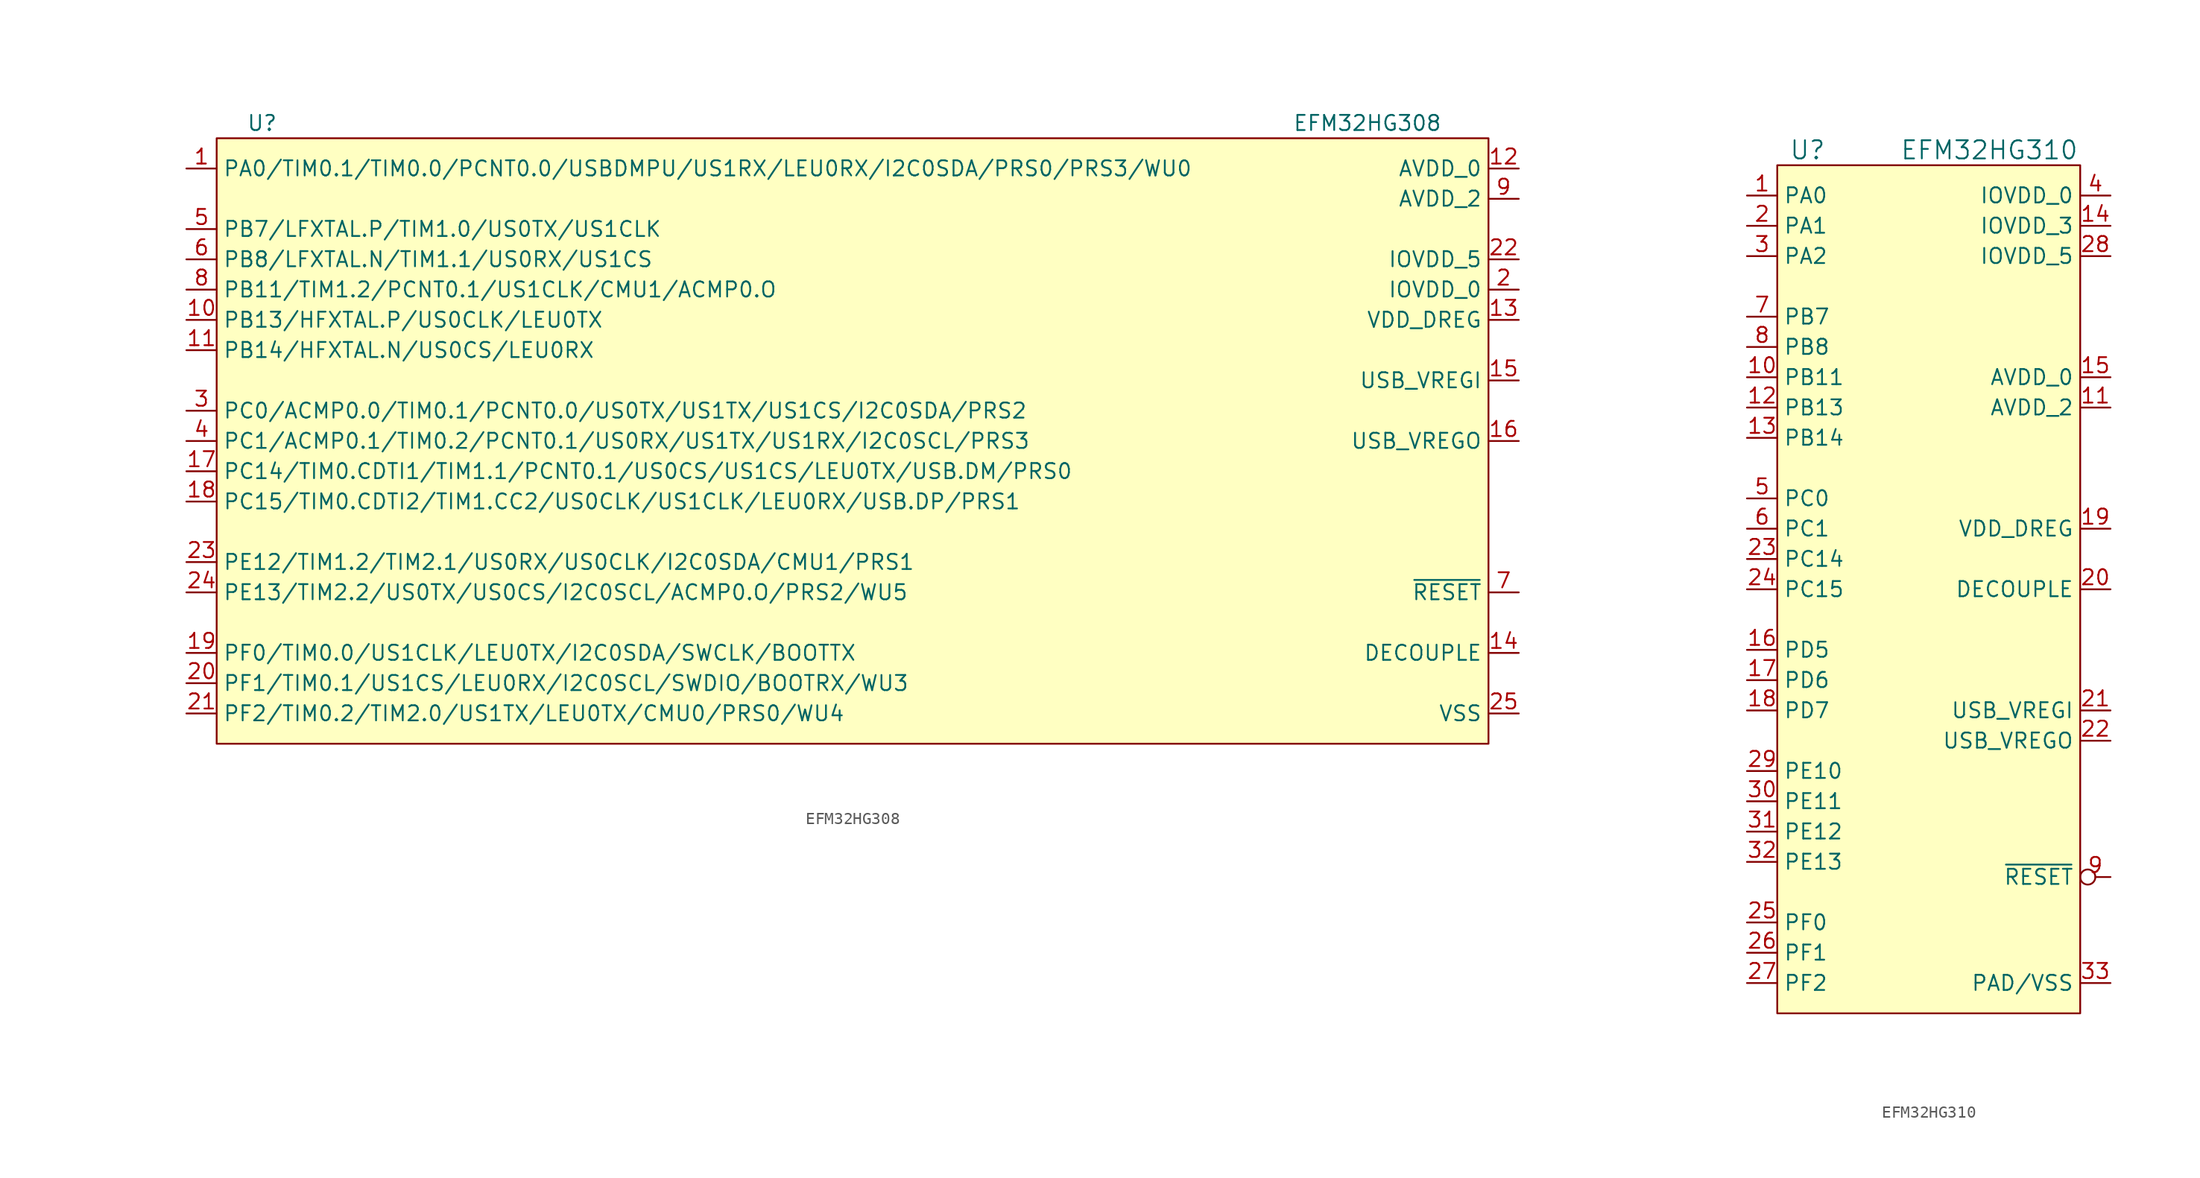
<source format=kicad_sym>
(kicad_symbol_lib
  (version 20231120)
  (generator "kicad_symbol_editor")
  (generator_version "8.0")
  (symbol "EFM32HG308"
    (property "Reference" "U"
      (at -46.99 22.86 0)
      (effects (font (size 1.27 1.27))))
    (property "Value" "EFM32HG308"
      (at 45.72 22.86 0)
      (effects (font (size 1.27 1.27))))
    (symbol "EFM32HG308_0_1"
      (rectangle (start -50.8 -29.21) (end 55.88 21.59) (stroke (width 0) (type default)) (fill (type background))))
    (symbol "EFM32HG308_1_1"
      (pin bidirectional line (at -53.34 19.05 0) (length 2.54) (name "PA0/TIM0.1/TIM0.0/PCNT0.0/USBDMPU/US1RX/LEU0RX/I2C0SDA/PRS0/PRS3/WU0" (effects (font (size 1.27 1.27)))) (number "1" (effects (font (size 1.27 1.27)))))
      (pin bidirectional line (at -53.34 6.35 0) (length 2.54) (name "PB13/HFXTAL.P/US0CLK/LEU0TX" (effects (font (size 1.27 1.27)))) (number "10" (effects (font (size 1.27 1.27)))))
      (pin bidirectional line (at -53.34 3.81 0) (length 2.54) (name "PB14/HFXTAL.N/US0CS/LEU0RX" (effects (font (size 1.27 1.27)))) (number "11" (effects (font (size 1.27 1.27)))))
      (pin power_in line (at 58.42 19.05 180) (length 2.54) (name "AVDD_0" (effects (font (size 1.27 1.27)))) (number "12" (effects (font (size 1.27 1.27)))))
      (pin power_in line (at 58.42 6.35 180) (length 2.54) (name "VDD_DREG" (effects (font (size 1.27 1.27)))) (number "13" (effects (font (size 1.27 1.27)))))
      (pin power_out line (at 58.42 -21.59 180) (length 2.54) (name "DECOUPLE" (effects (font (size 1.27 1.27)))) (number "14" (effects (font (size 1.27 1.27)))))
      (pin power_in line (at 58.42 1.27 180) (length 2.54) (name "USB_VREGI" (effects (font (size 1.27 1.27)))) (number "15" (effects (font (size 1.27 1.27)))))
      (pin power_out line (at 58.42 -3.81 180) (length 2.54) (name "USB_VREGO" (effects (font (size 1.27 1.27)))) (number "16" (effects (font (size 1.27 1.27)))))
      (pin bidirectional line (at -53.34 -6.35 0) (length 2.54) (name "PC14/TIM0.CDTI1/TIM1.1/PCNT0.1/US0CS/US1CS/LEU0TX/USB.DM/PRS0" (effects (font (size 1.27 1.27)))) (number "17" (effects (font (size 1.27 1.27)))))
      (pin bidirectional line (at -53.34 -8.89 0) (length 2.54) (name "PC15/TIM0.CDTI2/TIM1.CC2/US0CLK/US1CLK/LEU0RX/USB.DP/PRS1" (effects (font (size 1.27 1.27)))) (number "18" (effects (font (size 1.27 1.27)))))
      (pin bidirectional line (at -53.34 -21.59 0) (length 2.54) (name "PF0/TIM0.0/US1CLK/LEU0TX/I2C0SDA/SWCLK/BOOTTX" (effects (font (size 1.27 1.27)))) (number "19" (effects (font (size 1.27 1.27)))))
      (pin power_in line (at 58.42 8.89 180) (length 2.54) (name "IOVDD_0" (effects (font (size 1.27 1.27)))) (number "2" (effects (font (size 1.27 1.27)))))
      (pin bidirectional line (at -53.34 -24.13 0) (length 2.54) (name "PF1/TIM0.1/US1CS/LEU0RX/I2C0SCL/SWDIO/BOOTRX/WU3" (effects (font (size 1.27 1.27)))) (number "20" (effects (font (size 1.27 1.27)))))
      (pin bidirectional line (at -53.34 -26.67 0) (length 2.54) (name "PF2/TIM0.2/TIM2.0/US1TX/LEU0TX/CMU0/PRS0/WU4" (effects (font (size 1.27 1.27)))) (number "21" (effects (font (size 1.27 1.27)))))
      (pin power_in line (at 58.42 11.43 180) (length 2.54) (name "IOVDD_5" (effects (font (size 1.27 1.27)))) (number "22" (effects (font (size 1.27 1.27)))))
      (pin bidirectional line (at -53.34 -13.97 0) (length 2.54) (name "PE12/TIM1.2/TIM2.1/US0RX/US0CLK/I2C0SDA/CMU1/PRS1" (effects (font (size 1.27 1.27)))) (number "23" (effects (font (size 1.27 1.27)))))
      (pin bidirectional line (at -53.34 -16.51 0) (length 2.54) (name "PE13/TIM2.2/US0TX/US0CS/I2C0SCL/ACMP0.O/PRS2/WU5" (effects (font (size 1.27 1.27)))) (number "24" (effects (font (size 1.27 1.27)))))
      (pin power_in line (at 58.42 -26.67 180) (length 2.54) (name "VSS" (effects (font (size 1.27 1.27)))) (number "25" (effects (font (size 1.27 1.27)))))
      (pin bidirectional line (at -53.34 -1.27 0) (length 2.54) (name "PC0/ACMP0.0/TIM0.1/PCNT0.0/US0TX/US1TX/US1CS/I2C0SDA/PRS2" (effects (font (size 1.27 1.27)))) (number "3" (effects (font (size 1.27 1.27)))))
      (pin bidirectional line (at -53.34 -3.81 0) (length 2.54) (name "PC1/ACMP0.1/TIM0.2/PCNT0.1/US0RX/US1TX/US1RX/I2C0SCL/PRS3" (effects (font (size 1.27 1.27)))) (number "4" (effects (font (size 1.27 1.27)))))
      (pin bidirectional line (at -53.34 13.97 0) (length 2.54) (name "PB7/LFXTAL.P/TIM1.0/US0TX/US1CLK" (effects (font (size 1.27 1.27)))) (number "5" (effects (font (size 1.27 1.27)))))
      (pin bidirectional line (at -53.34 11.43 0) (length 2.54) (name "PB8/LFXTAL.N/TIM1.1/US0RX/US1CS" (effects (font (size 1.27 1.27)))) (number "6" (effects (font (size 1.27 1.27)))))
      (pin input line (at 58.42 -16.51 180) (length 2.54) (name "~{RESET}" (effects (font (size 1.27 1.27)))) (number "7" (effects (font (size 1.27 1.27)))))
      (pin bidirectional line (at -53.34 8.89 0) (length 2.54) (name "PB11/TIM1.2/PCNT0.1/US1CLK/CMU1/ACMP0.O" (effects (font (size 1.27 1.27)))) (number "8" (effects (font (size 1.27 1.27)))))
      (pin power_in line (at 58.42 16.51 180) (length 2.54) (name "AVDD_2" (effects (font (size 1.27 1.27)))) (number "9" (effects (font (size 1.27 1.27)))))))
  (symbol "EFM32HG310"
    (property "Reference" "U"
      (at -10.16 39.37 0)
      (effects (font (size 1.524 1.524))))
    (property "Value" "EFM32HG310"
      (at 5.08 39.37 0)
      (effects (font (size 1.524 1.524))))
    (symbol "EFM32HG310_0_1"
      (rectangle (start -12.7 -33.02) (end 12.7 38.1) (stroke (width 0) (type default)) (fill (type background))))
    (symbol "EFM32HG310_1_1"
      (pin bidirectional line (at -15.24 35.56 0) (length 2.54) (name "PA0" (effects (font (size 1.27 1.27)))) (number "1" (effects (font (size 1.27 1.27)))))
      (pin bidirectional line (at -15.24 20.32 0) (length 2.54) (name "PB11" (effects (font (size 1.27 1.27)))) (number "10" (effects (font (size 1.27 1.27)))))
      (pin power_in line (at 15.24 17.78 180) (length 2.54) (name "AVDD_2" (effects (font (size 1.27 1.27)))) (number "11" (effects (font (size 1.27 1.27)))))
      (pin bidirectional line (at -15.24 17.78 0) (length 2.54) (name "PB13" (effects (font (size 1.27 1.27)))) (number "12" (effects (font (size 1.27 1.27)))))
      (pin bidirectional line (at -15.24 15.24 0) (length 2.54) (name "PB14" (effects (font (size 1.27 1.27)))) (number "13" (effects (font (size 1.27 1.27)))))
      (pin power_in line (at 15.24 33.02 180) (length 2.54) (name "IOVDD_3" (effects (font (size 1.27 1.27)))) (number "14" (effects (font (size 1.27 1.27)))))
      (pin power_in line (at 15.24 20.32 180) (length 2.54) (name "AVDD_0" (effects (font (size 1.27 1.27)))) (number "15" (effects (font (size 1.27 1.27)))))
      (pin bidirectional line (at -15.24 -2.54 0) (length 2.54) (name "PD5" (effects (font (size 1.27 1.27)))) (number "16" (effects (font (size 1.27 1.27)))))
      (pin bidirectional line (at -15.24 -5.08 0) (length 2.54) (name "PD6" (effects (font (size 1.27 1.27)))) (number "17" (effects (font (size 1.27 1.27)))))
      (pin bidirectional line (at -15.24 -7.62 0) (length 2.54) (name "PD7" (effects (font (size 1.27 1.27)))) (number "18" (effects (font (size 1.27 1.27)))))
      (pin power_in line (at 15.24 7.62 180) (length 2.54) (name "VDD_DREG" (effects (font (size 1.27 1.27)))) (number "19" (effects (font (size 1.27 1.27)))))
      (pin bidirectional line (at -15.24 33.02 0) (length 2.54) (name "PA1" (effects (font (size 1.27 1.27)))) (number "2" (effects (font (size 1.27 1.27)))))
      (pin passive line (at 15.24 2.54 180) (length 2.54) (name "DECOUPLE" (effects (font (size 1.27 1.27)))) (number "20" (effects (font (size 1.27 1.27)))))
      (pin power_in line (at 15.24 -7.62 180) (length 2.54) (name "USB_VREGI" (effects (font (size 1.27 1.27)))) (number "21" (effects (font (size 1.27 1.27)))))
      (pin power_out line (at 15.24 -10.16 180) (length 2.54) (name "USB_VREGO" (effects (font (size 1.27 1.27)))) (number "22" (effects (font (size 1.27 1.27)))))
      (pin bidirectional line (at -15.24 5.08 0) (length 2.54) (name "PC14" (effects (font (size 1.27 1.27)))) (number "23" (effects (font (size 1.27 1.27)))))
      (pin bidirectional line (at -15.24 2.54 0) (length 2.54) (name "PC15" (effects (font (size 1.27 1.27)))) (number "24" (effects (font (size 1.27 1.27)))))
      (pin bidirectional line (at -15.24 -25.4 0) (length 2.54) (name "PF0" (effects (font (size 1.27 1.27)))) (number "25" (effects (font (size 1.27 1.27)))))
      (pin bidirectional line (at -15.24 -27.94 0) (length 2.54) (name "PF1" (effects (font (size 1.27 1.27)))) (number "26" (effects (font (size 1.27 1.27)))))
      (pin bidirectional line (at -15.24 -30.48 0) (length 2.54) (name "PF2" (effects (font (size 1.27 1.27)))) (number "27" (effects (font (size 1.27 1.27)))))
      (pin power_in line (at 15.24 30.48 180) (length 2.54) (name "IOVDD_5" (effects (font (size 1.27 1.27)))) (number "28" (effects (font (size 1.27 1.27)))))
      (pin bidirectional line (at -15.24 -12.7 0) (length 2.54) (name "PE10" (effects (font (size 1.27 1.27)))) (number "29" (effects (font (size 1.27 1.27)))))
      (pin bidirectional line (at -15.24 30.48 0) (length 2.54) (name "PA2" (effects (font (size 1.27 1.27)))) (number "3" (effects (font (size 1.27 1.27)))))
      (pin bidirectional line (at -15.24 -15.24 0) (length 2.54) (name "PE11" (effects (font (size 1.27 1.27)))) (number "30" (effects (font (size 1.27 1.27)))))
      (pin bidirectional line (at -15.24 -17.78 0) (length 2.54) (name "PE12" (effects (font (size 1.27 1.27)))) (number "31" (effects (font (size 1.27 1.27)))))
      (pin bidirectional line (at -15.24 -20.32 0) (length 2.54) (name "PE13" (effects (font (size 1.27 1.27)))) (number "32" (effects (font (size 1.27 1.27)))))
      (pin power_in line (at 15.24 -30.48 180) (length 2.54) (name "PAD/VSS" (effects (font (size 1.27 1.27)))) (number "33" (effects (font (size 1.27 1.27)))))
      (pin power_in line (at 15.24 35.56 180) (length 2.54) (name "IOVDD_0" (effects (font (size 1.27 1.27)))) (number "4" (effects (font (size 1.27 1.27)))))
      (pin bidirectional line (at -15.24 10.16 0) (length 2.54) (name "PC0" (effects (font (size 1.27 1.27)))) (number "5" (effects (font (size 1.27 1.27)))))
      (pin bidirectional line (at -15.24 7.62 0) (length 2.54) (name "PC1" (effects (font (size 1.27 1.27)))) (number "6" (effects (font (size 1.27 1.27)))))
      (pin bidirectional line (at -15.24 25.4 0) (length 2.54) (name "PB7" (effects (font (size 1.27 1.27)))) (number "7" (effects (font (size 1.27 1.27)))))
      (pin bidirectional line (at -15.24 22.86 0) (length 2.54) (name "PB8" (effects (font (size 1.27 1.27)))) (number "8" (effects (font (size 1.27 1.27)))))
      (pin input inverted (at 15.24 -21.59 180) (length 2.54) (name "~{RESET}" (effects (font (size 1.27 1.27)))) (number "9" (effects (font (size 1.27 1.27))))))))
</source>
